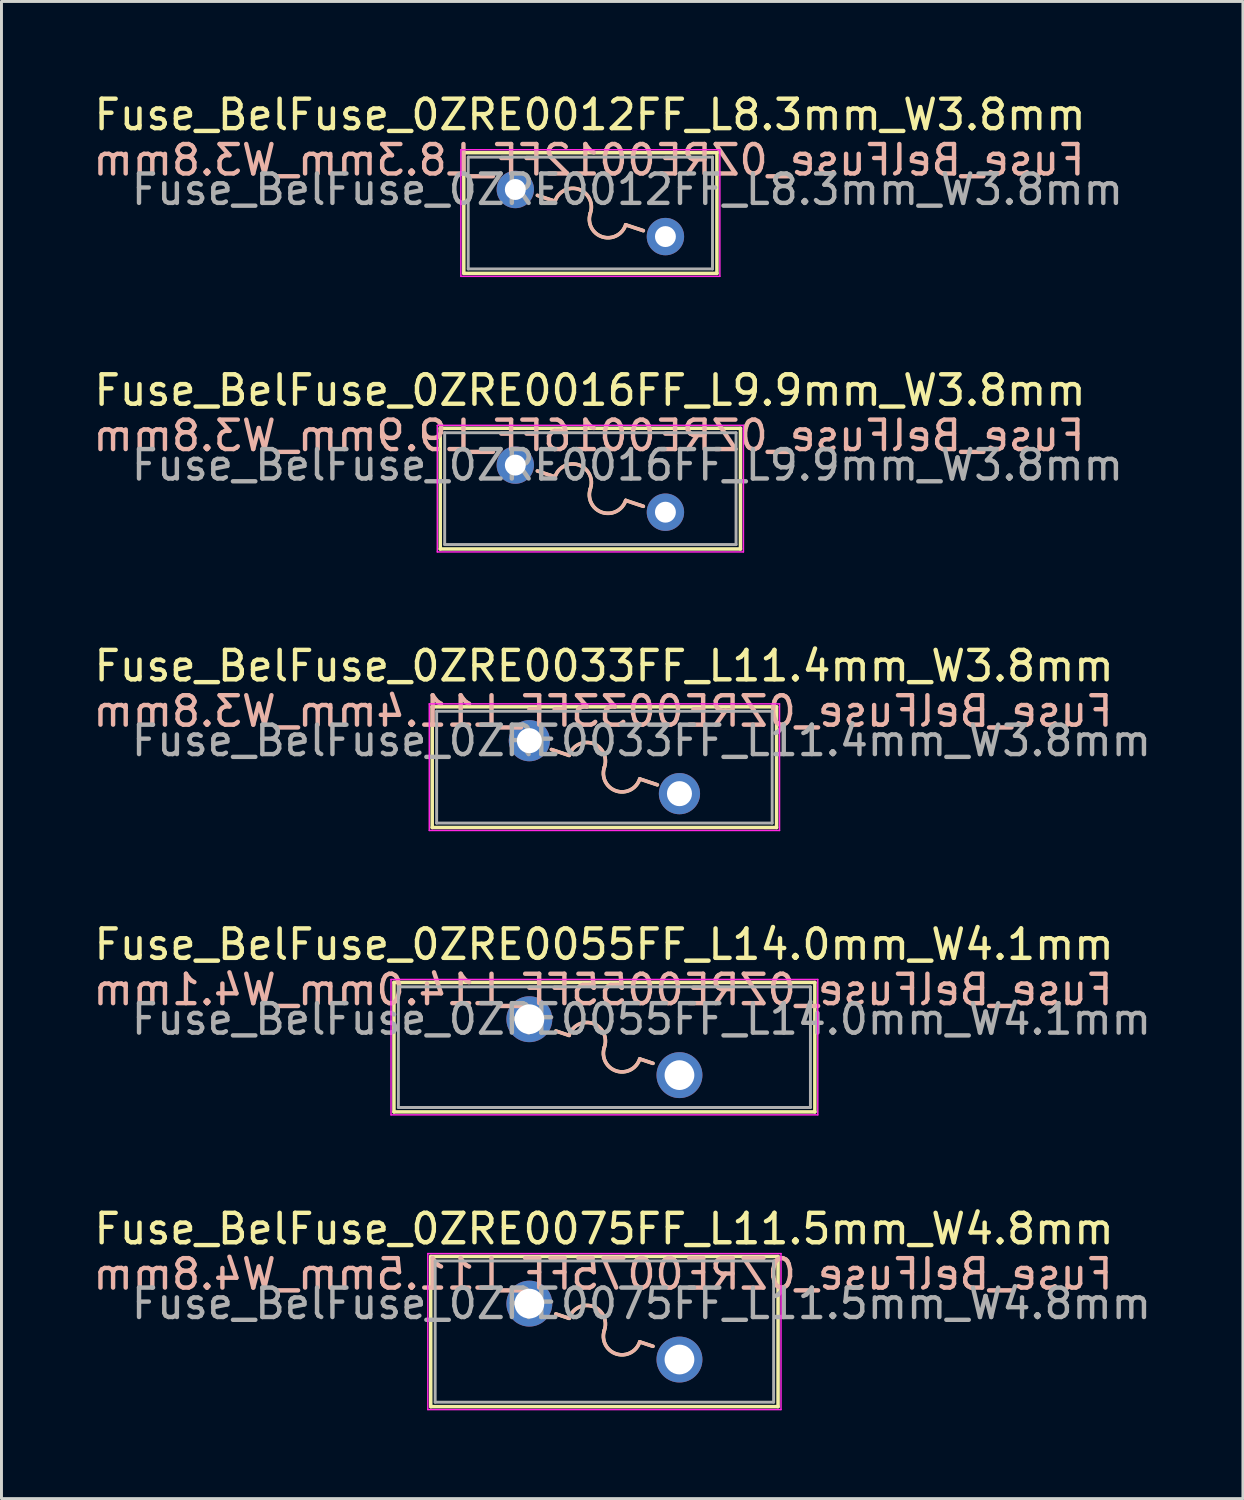
<source format=kicad_pcb>
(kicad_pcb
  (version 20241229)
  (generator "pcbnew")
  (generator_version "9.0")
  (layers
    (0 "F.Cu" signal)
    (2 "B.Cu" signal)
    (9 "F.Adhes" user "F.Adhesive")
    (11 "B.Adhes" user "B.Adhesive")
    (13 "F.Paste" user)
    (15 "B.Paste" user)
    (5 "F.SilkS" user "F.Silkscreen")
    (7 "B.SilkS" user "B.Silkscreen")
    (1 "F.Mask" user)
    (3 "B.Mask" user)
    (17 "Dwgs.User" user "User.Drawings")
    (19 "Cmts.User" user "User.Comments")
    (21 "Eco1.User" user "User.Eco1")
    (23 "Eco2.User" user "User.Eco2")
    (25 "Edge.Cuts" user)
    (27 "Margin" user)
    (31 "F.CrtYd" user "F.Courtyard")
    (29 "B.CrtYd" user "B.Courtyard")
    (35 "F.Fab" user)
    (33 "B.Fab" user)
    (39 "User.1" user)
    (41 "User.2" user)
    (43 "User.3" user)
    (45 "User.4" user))
  (footprint "Fuse_BelFuse_0ZRE0012FF_L8.3mm_W3.8mm"
    (layer "F.Cu")
    (at 14.458 3.388)
    (property "Reference" "Fuse_BelFuse_0ZRE0012FF_L8.3mm_W3.8mm" (at 2.54 -2.54 0) (layer "F.SilkS") (effects (font (size 1 1) (thickness 0.15))))
    (fp_line (start -1.75 -1.25) (end -1.75 2.85) (stroke (width 0.12) (type solid)) (layer "F.SilkS"))
    (fp_line (start -1.75 -1.25) (end 6.85 -1.25) (stroke (width 0.12) (type solid)) (layer "F.SilkS"))
    (fp_line (start -1.75 2.85) (end 6.85 2.85) (stroke (width 0.12) (type solid)) (layer "F.SilkS"))
    (fp_line (start 0.75 0.2) (end 1.35 0.4) (stroke (width 0.12) (type solid)) (layer "F.SilkS"))
    (fp_line (start 3.75 1.2) (end 4.35 1.4) (stroke (width 0.12) (type solid)) (layer "F.SilkS"))
    (fp_line (start 6.85 -1.25) (end 6.85 2.85) (stroke (width 0.12) (type solid)) (layer "F.SilkS"))
    (fp_arc (start 1.350003 0.400002) (mid 2.150001 0.000002) (end 2.550001 0.8) (stroke (width 0.12) (type solid)) (layer "F.SilkS"))
    (fp_arc (start 3.749999 1.199998) (mid 2.950001 1.599998) (end 2.550001 0.8) (stroke (width 0.12) (type solid)) (layer "F.SilkS"))
    (fp_line (start 0.75 0.2) (end 1.35 0.4) (stroke (width 0.12) (type solid)) (layer "B.SilkS"))
    (fp_line (start 3.75 1.2) (end 4.35 1.4) (stroke (width 0.12) (type solid)) (layer "B.SilkS"))
    (fp_arc (start 1.350003 0.400002) (mid 2.150001 0.000002) (end 2.550001 0.8) (stroke (width 0.12) (type solid)) (layer "B.SilkS"))
    (fp_arc (start 3.749999 1.199998) (mid 2.950001 1.599998) (end 2.550001 0.8) (stroke (width 0.12) (type solid)) (layer "B.SilkS"))
    (fp_line (start -1.85 -1.35) (end -1.85 2.95) (stroke (width 0.05) (type solid)) (layer "F.CrtYd"))
    (fp_line (start -1.85 -1.35) (end 6.95 -1.35) (stroke (width 0.05) (type solid)) (layer "F.CrtYd"))
    (fp_line (start -1.85 2.95) (end 6.95 2.95) (stroke (width 0.05) (type solid)) (layer "F.CrtYd"))
    (fp_line (start 6.95 -1.35) (end 6.95 2.95) (stroke (width 0.05) (type solid)) (layer "F.CrtYd"))
    (fp_line (start -1.6 -1.1) (end -1.6 2.7) (stroke (width 0.1) (type solid)) (layer "F.Fab"))
    (fp_line (start -1.6 -1.1) (end 6.7 -1.1) (stroke (width 0.1) (type solid)) (layer "F.Fab"))
    (fp_line (start -1.6 2.7) (end 6.7 2.7) (stroke (width 0.1) (type solid)) (layer "F.Fab"))
    (fp_line (start 6.7 -1.1) (end 6.7 2.7) (stroke (width 0.1) (type solid)) (layer "F.Fab"))
    (fp_text user "${REFERENCE}" (at 2.5 -1 0) (layer "B.SilkS") (effects (font (size 1 1) (thickness 0.15)) (justify mirror)))
    (fp_text user "${REFERENCE}" (at 3.81 0 0) (layer "F.Fab") (effects (font (size 1 1) (thickness 0.15))))
    (pad "1" thru_hole circle (at 0 0) (size 1.27 1.27) (drill 0.71) (layers "*.Cu" "*.Mask"))
    (pad "2" thru_hole circle (at 5.1 1.6) (size 1.27 1.27) (drill 0.71) (layers "*.Cu" "*.Mask")))
  (footprint "Fuse_BelFuse_0ZRE0016FF_L9.9mm_W3.8mm"
    (layer "F.Cu")
    (at 14.458 12.752)
    (property "Reference" "Fuse_BelFuse_0ZRE0016FF_L9.9mm_W3.8mm" (at 2.54 -2.54 0) (layer "F.SilkS") (effects (font (size 1 1) (thickness 0.15))))
    (fp_line (start -2.55 -1.25) (end -2.55 2.85) (stroke (width 0.12) (type solid)) (layer "F.SilkS"))
    (fp_line (start -2.55 -1.25) (end 7.65 -1.25) (stroke (width 0.12) (type solid)) (layer "F.SilkS"))
    (fp_line (start -2.55 2.85) (end 7.65 2.85) (stroke (width 0.12) (type solid)) (layer "F.SilkS"))
    (fp_line (start 0.75 0.2) (end 1.35 0.4) (stroke (width 0.12) (type solid)) (layer "F.SilkS"))
    (fp_line (start 3.75 1.2) (end 4.35 1.4) (stroke (width 0.12) (type solid)) (layer "F.SilkS"))
    (fp_line (start 7.65 -1.25) (end 7.65 2.85) (stroke (width 0.12) (type solid)) (layer "F.SilkS"))
    (fp_arc (start 1.350003 0.400002) (mid 2.150001 0.000002) (end 2.550001 0.8) (stroke (width 0.12) (type solid)) (layer "F.SilkS"))
    (fp_arc (start 3.749999 1.199998) (mid 2.950001 1.599998) (end 2.550001 0.8) (stroke (width 0.12) (type solid)) (layer "F.SilkS"))
    (fp_line (start 0.75 0.2) (end 1.35 0.4) (stroke (width 0.12) (type solid)) (layer "B.SilkS"))
    (fp_line (start 3.75 1.2) (end 4.35 1.4) (stroke (width 0.12) (type solid)) (layer "B.SilkS"))
    (fp_arc (start 1.350003 0.400002) (mid 2.150001 0.000002) (end 2.550001 0.8) (stroke (width 0.12) (type solid)) (layer "B.SilkS"))
    (fp_arc (start 3.749999 1.199998) (mid 2.950001 1.599998) (end 2.550001 0.8) (stroke (width 0.12) (type solid)) (layer "B.SilkS"))
    (fp_line (start -2.65 -1.35) (end -2.65 2.95) (stroke (width 0.05) (type solid)) (layer "F.CrtYd"))
    (fp_line (start -2.65 -1.35) (end 7.75 -1.35) (stroke (width 0.05) (type solid)) (layer "F.CrtYd"))
    (fp_line (start -2.65 2.95) (end 7.75 2.95) (stroke (width 0.05) (type solid)) (layer "F.CrtYd"))
    (fp_line (start 7.75 -1.35) (end 7.75 2.95) (stroke (width 0.05) (type solid)) (layer "F.CrtYd"))
    (fp_line (start -2.4 -1.1) (end -2.4 2.7) (stroke (width 0.1) (type solid)) (layer "F.Fab"))
    (fp_line (start -2.4 -1.1) (end 7.5 -1.1) (stroke (width 0.1) (type solid)) (layer "F.Fab"))
    (fp_line (start -2.4 2.7) (end 7.5 2.7) (stroke (width 0.1) (type solid)) (layer "F.Fab"))
    (fp_line (start 7.5 -1.1) (end 7.5 2.7) (stroke (width 0.1) (type solid)) (layer "F.Fab"))
    (fp_text user "${REFERENCE}" (at 2.5 -1 0) (layer "B.SilkS") (effects (font (size 1 1) (thickness 0.15)) (justify mirror)))
    (fp_text user "${REFERENCE}" (at 3.81 0 0) (layer "F.Fab") (effects (font (size 1 1) (thickness 0.15))))
    (pad "1" thru_hole circle (at 0 0) (size 1.27 1.27) (drill 0.71) (layers "*.Cu" "*.Mask"))
    (pad "2" thru_hole circle (at 5.1 1.6) (size 1.27 1.27) (drill 0.71) (layers "*.Cu" "*.Mask")))
  (footprint "Fuse_BelFuse_0ZRE0055FF_L14.0mm_W4.1mm"
    (layer "F.Cu")
    (at 14.935 31.578)
    (property "Reference" "Fuse_BelFuse_0ZRE0055FF_L14.0mm_W4.1mm" (at 2.54 -2.54 0) (layer "F.SilkS") (effects (font (size 1 1) (thickness 0.15))))
    (fp_line (start -4.6 -1.25) (end -4.6 3.15) (stroke (width 0.12) (type solid)) (layer "F.SilkS"))
    (fp_line (start -4.6 -1.25) (end 9.7 -1.25) (stroke (width 0.12) (type solid)) (layer "F.SilkS"))
    (fp_line (start -4.6 3.15) (end 9.7 3.15) (stroke (width 0.12) (type solid)) (layer "F.SilkS"))
    (fp_line (start 0.9 0.4) (end 1.35 0.55) (stroke (width 0.12) (type solid)) (layer "F.SilkS"))
    (fp_line (start 3.75 1.35) (end 4.2 1.5) (stroke (width 0.12) (type solid)) (layer "F.SilkS"))
    (fp_line (start 9.7 -1.25) (end 9.7 3.15) (stroke (width 0.12) (type solid)) (layer "F.SilkS"))
    (fp_arc (start 1.350003 0.550002) (mid 2.150001 0.150002) (end 2.550001 0.95) (stroke (width 0.12) (type solid)) (layer "F.SilkS"))
    (fp_arc (start 3.749999 1.349998) (mid 2.950001 1.749998) (end 2.550001 0.95) (stroke (width 0.12) (type solid)) (layer "F.SilkS"))
    (fp_line (start 0.9 0.4) (end 1.35 0.55) (stroke (width 0.12) (type solid)) (layer "B.SilkS"))
    (fp_line (start 3.75 1.35) (end 4.2 1.5) (stroke (width 0.12) (type solid)) (layer "B.SilkS"))
    (fp_arc (start 1.350003 0.550002) (mid 2.150001 0.150002) (end 2.550001 0.95) (stroke (width 0.12) (type solid)) (layer "B.SilkS"))
    (fp_arc (start 3.749999 1.349998) (mid 2.950001 1.749998) (end 2.550001 0.95) (stroke (width 0.12) (type solid)) (layer "B.SilkS"))
    (fp_line (start -4.7 -1.35) (end -4.7 3.25) (stroke (width 0.05) (type solid)) (layer "F.CrtYd"))
    (fp_line (start -4.7 -1.35) (end 9.8 -1.35) (stroke (width 0.05) (type solid)) (layer "F.CrtYd"))
    (fp_line (start -4.7 3.25) (end 9.8 3.25) (stroke (width 0.05) (type solid)) (layer "F.CrtYd"))
    (fp_line (start 9.8 -1.35) (end 9.8 3.25) (stroke (width 0.05) (type solid)) (layer "F.CrtYd"))
    (fp_line (start -4.45 -1.1) (end -4.45 3) (stroke (width 0.1) (type solid)) (layer "F.Fab"))
    (fp_line (start -4.45 -1.1) (end 9.55 -1.1) (stroke (width 0.1) (type solid)) (layer "F.Fab"))
    (fp_line (start -4.45 3) (end 9.55 3) (stroke (width 0.1) (type solid)) (layer "F.Fab"))
    (fp_line (start 9.55 -1.1) (end 9.55 3) (stroke (width 0.1) (type solid)) (layer "F.Fab"))
    (fp_text user "${REFERENCE}" (at 2.5 -1 0) (layer "B.SilkS") (effects (font (size 1 1) (thickness 0.15)) (justify mirror)))
    (fp_text user "${REFERENCE}" (at 3.81 0 0) (layer "F.Fab") (effects (font (size 1 1) (thickness 0.15))))
    (pad "1" thru_hole circle (at 0 0) (size 1.56 1.56) (drill 1.01) (layers "*.Cu" "*.Mask"))
    (pad "2" thru_hole circle (at 5.1 1.9) (size 1.56 1.56) (drill 1.01) (layers "*.Cu" "*.Mask")))
  (footprint "Fuse_BelFuse_0ZRE0075FF_L11.5mm_W4.8mm"
    (layer "F.Cu")
    (at 14.935 41.241)
    (property "Reference" "Fuse_BelFuse_0ZRE0075FF_L11.5mm_W4.8mm" (at 2.54 -2.54 0) (layer "F.SilkS") (effects (font (size 1 1) (thickness 0.15))))
    (fp_line (start -3.35 -1.6) (end -3.35 3.5) (stroke (width 0.12) (type solid)) (layer "F.SilkS"))
    (fp_line (start -3.35 -1.6) (end 8.45 -1.6) (stroke (width 0.12) (type solid)) (layer "F.SilkS"))
    (fp_line (start -3.35 3.5) (end 8.45 3.5) (stroke (width 0.12) (type solid)) (layer "F.SilkS"))
    (fp_line (start 0.9 0.35) (end 1.35 0.5) (stroke (width 0.12) (type solid)) (layer "F.SilkS"))
    (fp_line (start 3.75 1.3) (end 4.2 1.45) (stroke (width 0.12) (type solid)) (layer "F.SilkS"))
    (fp_line (start 8.45 -1.6) (end 8.45 3.5) (stroke (width 0.12) (type solid)) (layer "F.SilkS"))
    (fp_arc (start 1.350003 0.500002) (mid 2.150001 0.100002) (end 2.550001 0.9) (stroke (width 0.12) (type solid)) (layer "F.SilkS"))
    (fp_arc (start 3.749999 1.299998) (mid 2.950001 1.699998) (end 2.550001 0.9) (stroke (width 0.12) (type solid)) (layer "F.SilkS"))
    (fp_line (start 0.9 0.35) (end 1.35 0.5) (stroke (width 0.12) (type solid)) (layer "B.SilkS"))
    (fp_line (start 3.75 1.3) (end 4.2 1.45) (stroke (width 0.12) (type solid)) (layer "B.SilkS"))
    (fp_arc (start 1.350003 0.500002) (mid 2.150001 0.100002) (end 2.550001 0.9) (stroke (width 0.12) (type solid)) (layer "B.SilkS"))
    (fp_arc (start 3.749999 1.299998) (mid 2.950001 1.699998) (end 2.550001 0.9) (stroke (width 0.12) (type solid)) (layer "B.SilkS"))
    (fp_line (start -3.45 -1.7) (end -3.45 3.6) (stroke (width 0.05) (type solid)) (layer "F.CrtYd"))
    (fp_line (start -3.45 -1.7) (end 8.55 -1.7) (stroke (width 0.05) (type solid)) (layer "F.CrtYd"))
    (fp_line (start -3.45 3.6) (end 8.55 3.6) (stroke (width 0.05) (type solid)) (layer "F.CrtYd"))
    (fp_line (start 8.55 -1.7) (end 8.55 3.6) (stroke (width 0.05) (type solid)) (layer "F.CrtYd"))
    (fp_line (start -3.2 -1.45) (end -3.2 3.35) (stroke (width 0.1) (type solid)) (layer "F.Fab"))
    (fp_line (start -3.2 -1.45) (end 8.3 -1.45) (stroke (width 0.1) (type solid)) (layer "F.Fab"))
    (fp_line (start -3.2 3.35) (end 8.3 3.35) (stroke (width 0.1) (type solid)) (layer "F.Fab"))
    (fp_line (start 8.3 -1.45) (end 8.3 3.35) (stroke (width 0.1) (type solid)) (layer "F.Fab"))
    (fp_text user "${REFERENCE}" (at 2.5 -1 0) (layer "B.SilkS") (effects (font (size 1 1) (thickness 0.15)) (justify mirror)))
    (fp_text user "${REFERENCE}" (at 3.81 0 0) (layer "F.Fab") (effects (font (size 1 1) (thickness 0.15))))
    (pad "1" thru_hole circle (at 0 0) (size 1.56 1.56) (drill 1.01) (layers "*.Cu" "*.Mask"))
    (pad "2" thru_hole circle (at 5.1 1.9) (size 1.56 1.56) (drill 1.01) (layers "*.Cu" "*.Mask")))
  (footprint "Fuse_BelFuse_0ZRE0033FF_L11.4mm_W3.8mm"
    (layer "F.Cu")
    (at 14.935 22.115)
    (property "Reference" "Fuse_BelFuse_0ZRE0033FF_L11.4mm_W3.8mm" (at 2.54 -2.54 0) (layer "F.SilkS") (effects (font (size 1 1) (thickness 0.15))))
    (fp_line (start -3.3 -1.15) (end -3.3 2.95) (stroke (width 0.12) (type solid)) (layer "F.SilkS"))
    (fp_line (start -3.3 -1.15) (end 8.4 -1.15) (stroke (width 0.12) (type solid)) (layer "F.SilkS"))
    (fp_line (start -3.3 2.95) (end 8.4 2.95) (stroke (width 0.12) (type solid)) (layer "F.SilkS"))
    (fp_line (start 0.75 0.3) (end 1.35 0.5) (stroke (width 0.12) (type solid)) (layer "F.SilkS"))
    (fp_line (start 3.75 1.3) (end 4.35 1.5) (stroke (width 0.12) (type solid)) (layer "F.SilkS"))
    (fp_line (start 8.4 -1.15) (end 8.4 2.95) (stroke (width 0.12) (type solid)) (layer "F.SilkS"))
    (fp_arc (start 1.350003 0.500002) (mid 2.150001 0.100002) (end 2.550001 0.9) (stroke (width 0.12) (type solid)) (layer "F.SilkS"))
    (fp_arc (start 3.749999 1.299998) (mid 2.950001 1.699998) (end 2.550001 0.9) (stroke (width 0.12) (type solid)) (layer "F.SilkS"))
    (fp_line (start 0.75 0.3) (end 1.35 0.5) (stroke (width 0.12) (type solid)) (layer "B.SilkS"))
    (fp_line (start 3.75 1.3) (end 4.35 1.5) (stroke (width 0.12) (type solid)) (layer "B.SilkS"))
    (fp_arc (start 1.350003 0.500002) (mid 2.150001 0.100002) (end 2.550001 0.9) (stroke (width 0.12) (type solid)) (layer "B.SilkS"))
    (fp_arc (start 3.749999 1.299998) (mid 2.950001 1.699998) (end 2.550001 0.9) (stroke (width 0.12) (type solid)) (layer "B.SilkS"))
    (fp_line (start -3.4 -1.25) (end -3.4 3.05) (stroke (width 0.05) (type solid)) (layer "F.CrtYd"))
    (fp_line (start -3.4 -1.25) (end 8.5 -1.25) (stroke (width 0.05) (type solid)) (layer "F.CrtYd"))
    (fp_line (start -3.4 3.05) (end 8.5 3.05) (stroke (width 0.05) (type solid)) (layer "F.CrtYd"))
    (fp_line (start 8.5 -1.25) (end 8.5 3.05) (stroke (width 0.05) (type solid)) (layer "F.CrtYd"))
    (fp_line (start -3.15 -1) (end -3.15 2.8) (stroke (width 0.1) (type solid)) (layer "F.Fab"))
    (fp_line (start -3.15 -1) (end 8.25 -1) (stroke (width 0.1) (type solid)) (layer "F.Fab"))
    (fp_line (start -3.15 2.8) (end 8.25 2.8) (stroke (width 0.1) (type solid)) (layer "F.Fab"))
    (fp_line (start 8.25 -1) (end 8.25 2.8) (stroke (width 0.1) (type solid)) (layer "F.Fab"))
    (fp_text user "${REFERENCE}" (at 2.5 -1 0) (layer "B.SilkS") (effects (font (size 1 1) (thickness 0.15)) (justify mirror)))
    (fp_text user "${REFERENCE}" (at 3.81 0 0) (layer "F.Fab") (effects (font (size 1 1) (thickness 0.15))))
    (pad "1" thru_hole circle (at 0 0) (size 1.4 1.4) (drill 0.85) (layers "*.Cu" "*.Mask"))
    (pad "2" thru_hole circle (at 5.1 1.8) (size 1.4 1.4) (drill 0.85) (layers "*.Cu" "*.Mask")))
  (gr_rect
    (start -3 -3)
    (end 39.179 47.866)
    (stroke (width 0.1) (type default))
    (fill no)
    (layer "Edge.Cuts")))
</source>
